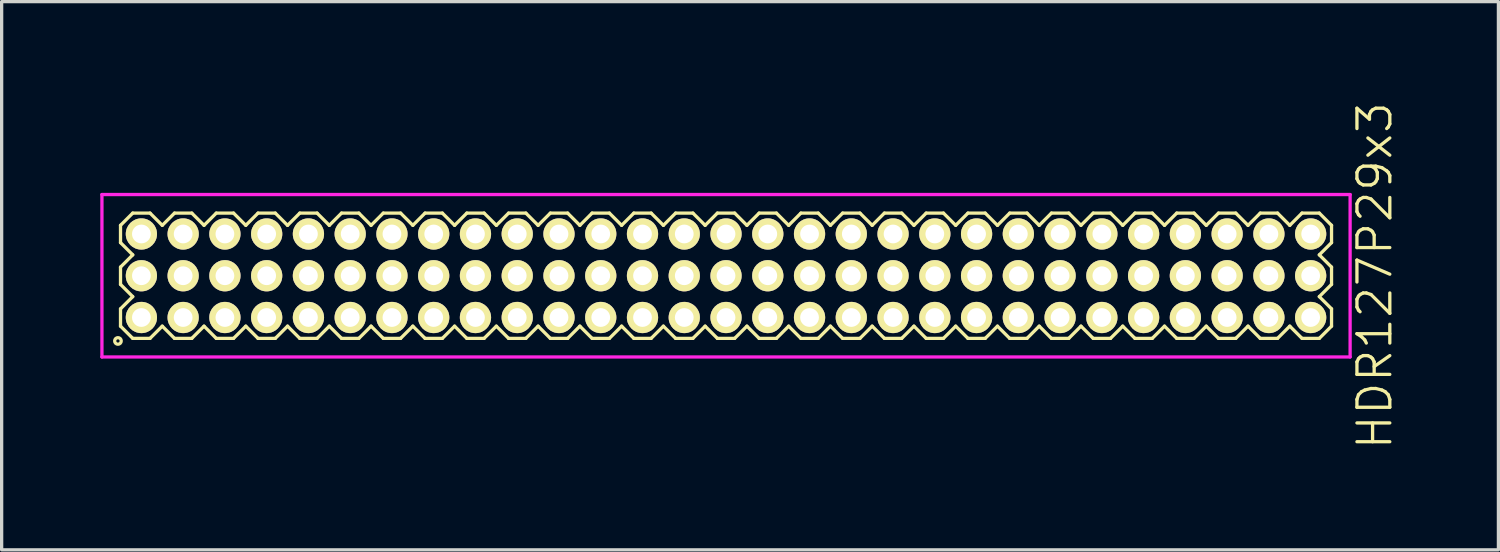
<source format=kicad_pcb>
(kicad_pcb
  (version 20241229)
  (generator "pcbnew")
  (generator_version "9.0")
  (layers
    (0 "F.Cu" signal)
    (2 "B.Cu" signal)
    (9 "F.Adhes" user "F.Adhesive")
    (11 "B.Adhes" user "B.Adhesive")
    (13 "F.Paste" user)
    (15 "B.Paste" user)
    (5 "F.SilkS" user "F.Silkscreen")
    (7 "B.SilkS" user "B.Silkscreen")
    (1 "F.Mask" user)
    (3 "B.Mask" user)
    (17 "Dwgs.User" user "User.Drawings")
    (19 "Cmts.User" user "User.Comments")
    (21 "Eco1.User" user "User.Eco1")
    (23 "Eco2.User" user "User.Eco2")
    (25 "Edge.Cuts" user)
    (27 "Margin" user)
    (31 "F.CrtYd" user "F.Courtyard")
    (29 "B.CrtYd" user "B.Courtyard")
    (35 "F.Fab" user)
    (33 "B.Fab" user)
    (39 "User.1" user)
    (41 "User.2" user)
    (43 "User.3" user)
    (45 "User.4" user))
  (footprint "HDR127P29x3"
    (layer "F.Cu")
    (at 19.03 5.336)
    (property "Reference" "HDR127P29x3" (at 19.73 0 90) (layer "F.SilkS") (effects (font (size 1 1) (thickness 0.1))))
    (attr through_hole)
    (fp_line (start -18.415 -1.533) (end -18.043 -1.905) (stroke (width 0.1) (type solid)) (layer "F.SilkS"))
    (fp_line (start -18.415 -1.007) (end -18.415 -1.533) (stroke (width 0.1) (type solid)) (layer "F.SilkS"))
    (fp_line (start -18.415 -0.263) (end -18.043 -0.635) (stroke (width 0.1) (type solid)) (layer "F.SilkS"))
    (fp_line (start -18.415 0.263) (end -18.415 -0.263) (stroke (width 0.1) (type solid)) (layer "F.SilkS"))
    (fp_line (start -18.415 1.007) (end -18.043 0.635) (stroke (width 0.1) (type solid)) (layer "F.SilkS"))
    (fp_line (start -18.415 1.533) (end -18.415 1.007) (stroke (width 0.1) (type solid)) (layer "F.SilkS"))
    (fp_line (start -18.043 -1.905) (end -17.517 -1.905) (stroke (width 0.1) (type solid)) (layer "F.SilkS"))
    (fp_line (start -18.043 -0.635) (end -18.415 -1.007) (stroke (width 0.1) (type solid)) (layer "F.SilkS"))
    (fp_line (start -18.043 0.635) (end -18.415 0.263) (stroke (width 0.1) (type solid)) (layer "F.SilkS"))
    (fp_line (start -18.043 1.905) (end -18.415 1.533) (stroke (width 0.1) (type solid)) (layer "F.SilkS"))
    (fp_line (start -17.517 -1.905) (end -17.145 -1.533) (stroke (width 0.1) (type solid)) (layer "F.SilkS"))
    (fp_line (start -17.517 1.905) (end -18.043 1.905) (stroke (width 0.1) (type solid)) (layer "F.SilkS"))
    (fp_line (start -17.145 -1.533) (end -16.773 -1.905) (stroke (width 0.1) (type solid)) (layer "F.SilkS"))
    (fp_line (start -17.145 1.533) (end -17.517 1.905) (stroke (width 0.1) (type solid)) (layer "F.SilkS"))
    (fp_line (start -16.773 -1.905) (end -16.247 -1.905) (stroke (width 0.1) (type solid)) (layer "F.SilkS"))
    (fp_line (start -16.773 1.905) (end -17.145 1.533) (stroke (width 0.1) (type solid)) (layer "F.SilkS"))
    (fp_line (start -16.247 -1.905) (end -15.875 -1.533) (stroke (width 0.1) (type solid)) (layer "F.SilkS"))
    (fp_line (start -16.247 1.905) (end -16.773 1.905) (stroke (width 0.1) (type solid)) (layer "F.SilkS"))
    (fp_line (start -15.875 -1.533) (end -15.503 -1.905) (stroke (width 0.1) (type solid)) (layer "F.SilkS"))
    (fp_line (start -15.875 1.533) (end -16.247 1.905) (stroke (width 0.1) (type solid)) (layer "F.SilkS"))
    (fp_line (start -15.503 -1.905) (end -14.977 -1.905) (stroke (width 0.1) (type solid)) (layer "F.SilkS"))
    (fp_line (start -15.503 1.905) (end -15.875 1.533) (stroke (width 0.1) (type solid)) (layer "F.SilkS"))
    (fp_line (start -14.977 -1.905) (end -14.605 -1.533) (stroke (width 0.1) (type solid)) (layer "F.SilkS"))
    (fp_line (start -14.977 1.905) (end -15.503 1.905) (stroke (width 0.1) (type solid)) (layer "F.SilkS"))
    (fp_line (start -14.605 -1.533) (end -14.233 -1.905) (stroke (width 0.1) (type solid)) (layer "F.SilkS"))
    (fp_line (start -14.605 1.533) (end -14.977 1.905) (stroke (width 0.1) (type solid)) (layer "F.SilkS"))
    (fp_line (start -14.233 -1.905) (end -13.707 -1.905) (stroke (width 0.1) (type solid)) (layer "F.SilkS"))
    (fp_line (start -14.233 1.905) (end -14.605 1.533) (stroke (width 0.1) (type solid)) (layer "F.SilkS"))
    (fp_line (start -13.707 -1.905) (end -13.335 -1.533) (stroke (width 0.1) (type solid)) (layer "F.SilkS"))
    (fp_line (start -13.707 1.905) (end -14.233 1.905) (stroke (width 0.1) (type solid)) (layer "F.SilkS"))
    (fp_line (start -13.335 -1.533) (end -12.963 -1.905) (stroke (width 0.1) (type solid)) (layer "F.SilkS"))
    (fp_line (start -13.335 1.533) (end -13.707 1.905) (stroke (width 0.1) (type solid)) (layer "F.SilkS"))
    (fp_line (start -12.963 -1.905) (end -12.437 -1.905) (stroke (width 0.1) (type solid)) (layer "F.SilkS"))
    (fp_line (start -12.963 1.905) (end -13.335 1.533) (stroke (width 0.1) (type solid)) (layer "F.SilkS"))
    (fp_line (start -12.437 -1.905) (end -12.065 -1.533) (stroke (width 0.1) (type solid)) (layer "F.SilkS"))
    (fp_line (start -12.437 1.905) (end -12.963 1.905) (stroke (width 0.1) (type solid)) (layer "F.SilkS"))
    (fp_line (start -12.065 -1.533) (end -11.693 -1.905) (stroke (width 0.1) (type solid)) (layer "F.SilkS"))
    (fp_line (start -12.065 1.533) (end -12.437 1.905) (stroke (width 0.1) (type solid)) (layer "F.SilkS"))
    (fp_line (start -11.693 -1.905) (end -11.167 -1.905) (stroke (width 0.1) (type solid)) (layer "F.SilkS"))
    (fp_line (start -11.693 1.905) (end -12.065 1.533) (stroke (width 0.1) (type solid)) (layer "F.SilkS"))
    (fp_line (start -11.167 -1.905) (end -10.795 -1.533) (stroke (width 0.1) (type solid)) (layer "F.SilkS"))
    (fp_line (start -11.167 1.905) (end -11.693 1.905) (stroke (width 0.1) (type solid)) (layer "F.SilkS"))
    (fp_line (start -10.795 -1.533) (end -10.423 -1.905) (stroke (width 0.1) (type solid)) (layer "F.SilkS"))
    (fp_line (start -10.795 1.533) (end -11.167 1.905) (stroke (width 0.1) (type solid)) (layer "F.SilkS"))
    (fp_line (start -10.423 -1.905) (end -9.897 -1.905) (stroke (width 0.1) (type solid)) (layer "F.SilkS"))
    (fp_line (start -10.423 1.905) (end -10.795 1.533) (stroke (width 0.1) (type solid)) (layer "F.SilkS"))
    (fp_line (start -9.897 -1.905) (end -9.525 -1.533) (stroke (width 0.1) (type solid)) (layer "F.SilkS"))
    (fp_line (start -9.897 1.905) (end -10.423 1.905) (stroke (width 0.1) (type solid)) (layer "F.SilkS"))
    (fp_line (start -9.525 -1.533) (end -9.153 -1.905) (stroke (width 0.1) (type solid)) (layer "F.SilkS"))
    (fp_line (start -9.525 1.533) (end -9.897 1.905) (stroke (width 0.1) (type solid)) (layer "F.SilkS"))
    (fp_line (start -9.153 -1.905) (end -8.627 -1.905) (stroke (width 0.1) (type solid)) (layer "F.SilkS"))
    (fp_line (start -9.153 1.905) (end -9.525 1.533) (stroke (width 0.1) (type solid)) (layer "F.SilkS"))
    (fp_line (start -8.627 -1.905) (end -8.255 -1.533) (stroke (width 0.1) (type solid)) (layer "F.SilkS"))
    (fp_line (start -8.627 1.905) (end -9.153 1.905) (stroke (width 0.1) (type solid)) (layer "F.SilkS"))
    (fp_line (start -8.255 -1.533) (end -7.883 -1.905) (stroke (width 0.1) (type solid)) (layer "F.SilkS"))
    (fp_line (start -8.255 1.533) (end -8.627 1.905) (stroke (width 0.1) (type solid)) (layer "F.SilkS"))
    (fp_line (start -7.883 -1.905) (end -7.357 -1.905) (stroke (width 0.1) (type solid)) (layer "F.SilkS"))
    (fp_line (start -7.883 1.905) (end -8.255 1.533) (stroke (width 0.1) (type solid)) (layer "F.SilkS"))
    (fp_line (start -7.357 -1.905) (end -6.985 -1.533) (stroke (width 0.1) (type solid)) (layer "F.SilkS"))
    (fp_line (start -7.357 1.905) (end -7.883 1.905) (stroke (width 0.1) (type solid)) (layer "F.SilkS"))
    (fp_line (start -6.985 -1.533) (end -6.613 -1.905) (stroke (width 0.1) (type solid)) (layer "F.SilkS"))
    (fp_line (start -6.985 1.533) (end -7.357 1.905) (stroke (width 0.1) (type solid)) (layer "F.SilkS"))
    (fp_line (start -6.613 -1.905) (end -6.087 -1.905) (stroke (width 0.1) (type solid)) (layer "F.SilkS"))
    (fp_line (start -6.613 1.905) (end -6.985 1.533) (stroke (width 0.1) (type solid)) (layer "F.SilkS"))
    (fp_line (start -6.087 -1.905) (end -5.715 -1.533) (stroke (width 0.1) (type solid)) (layer "F.SilkS"))
    (fp_line (start -6.087 1.905) (end -6.613 1.905) (stroke (width 0.1) (type solid)) (layer "F.SilkS"))
    (fp_line (start -5.715 -1.533) (end -5.343 -1.905) (stroke (width 0.1) (type solid)) (layer "F.SilkS"))
    (fp_line (start -5.715 1.533) (end -6.087 1.905) (stroke (width 0.1) (type solid)) (layer "F.SilkS"))
    (fp_line (start -5.343 -1.905) (end -4.817 -1.905) (stroke (width 0.1) (type solid)) (layer "F.SilkS"))
    (fp_line (start -5.343 1.905) (end -5.715 1.533) (stroke (width 0.1) (type solid)) (layer "F.SilkS"))
    (fp_line (start -4.817 -1.905) (end -4.445 -1.533) (stroke (width 0.1) (type solid)) (layer "F.SilkS"))
    (fp_line (start -4.817 1.905) (end -5.343 1.905) (stroke (width 0.1) (type solid)) (layer "F.SilkS"))
    (fp_line (start -4.445 -1.533) (end -4.073 -1.905) (stroke (width 0.1) (type solid)) (layer "F.SilkS"))
    (fp_line (start -4.445 1.533) (end -4.817 1.905) (stroke (width 0.1) (type solid)) (layer "F.SilkS"))
    (fp_line (start -4.073 -1.905) (end -3.547 -1.905) (stroke (width 0.1) (type solid)) (layer "F.SilkS"))
    (fp_line (start -4.073 1.905) (end -4.445 1.533) (stroke (width 0.1) (type solid)) (layer "F.SilkS"))
    (fp_line (start -3.547 -1.905) (end -3.175 -1.533) (stroke (width 0.1) (type solid)) (layer "F.SilkS"))
    (fp_line (start -3.547 1.905) (end -4.073 1.905) (stroke (width 0.1) (type solid)) (layer "F.SilkS"))
    (fp_line (start -3.175 -1.533) (end -2.803 -1.905) (stroke (width 0.1) (type solid)) (layer "F.SilkS"))
    (fp_line (start -3.175 1.533) (end -3.547 1.905) (stroke (width 0.1) (type solid)) (layer "F.SilkS"))
    (fp_line (start -2.803 -1.905) (end -2.277 -1.905) (stroke (width 0.1) (type solid)) (layer "F.SilkS"))
    (fp_line (start -2.803 1.905) (end -3.175 1.533) (stroke (width 0.1) (type solid)) (layer "F.SilkS"))
    (fp_line (start -2.277 -1.905) (end -1.905 -1.533) (stroke (width 0.1) (type solid)) (layer "F.SilkS"))
    (fp_line (start -2.277 1.905) (end -2.803 1.905) (stroke (width 0.1) (type solid)) (layer "F.SilkS"))
    (fp_line (start -1.905 -1.533) (end -1.533 -1.905) (stroke (width 0.1) (type solid)) (layer "F.SilkS"))
    (fp_line (start -1.905 1.533) (end -2.277 1.905) (stroke (width 0.1) (type solid)) (layer "F.SilkS"))
    (fp_line (start -1.533 -1.905) (end -1.007 -1.905) (stroke (width 0.1) (type solid)) (layer "F.SilkS"))
    (fp_line (start -1.533 1.905) (end -1.905 1.533) (stroke (width 0.1) (type solid)) (layer "F.SilkS"))
    (fp_line (start -1.007 -1.905) (end -0.635 -1.533) (stroke (width 0.1) (type solid)) (layer "F.SilkS"))
    (fp_line (start -1.007 1.905) (end -1.533 1.905) (stroke (width 0.1) (type solid)) (layer "F.SilkS"))
    (fp_line (start -0.635 -1.533) (end -0.263 -1.905) (stroke (width 0.1) (type solid)) (layer "F.SilkS"))
    (fp_line (start -0.635 1.533) (end -1.007 1.905) (stroke (width 0.1) (type solid)) (layer "F.SilkS"))
    (fp_line (start -0.263 -1.905) (end 0.263 -1.905) (stroke (width 0.1) (type solid)) (layer "F.SilkS"))
    (fp_line (start -0.263 1.905) (end -0.635 1.533) (stroke (width 0.1) (type solid)) (layer "F.SilkS"))
    (fp_line (start 0.263 -1.905) (end 0.635 -1.533) (stroke (width 0.1) (type solid)) (layer "F.SilkS"))
    (fp_line (start 0.263 1.905) (end -0.263 1.905) (stroke (width 0.1) (type solid)) (layer "F.SilkS"))
    (fp_line (start 0.635 -1.533) (end 1.007 -1.905) (stroke (width 0.1) (type solid)) (layer "F.SilkS"))
    (fp_line (start 0.635 1.533) (end 0.263 1.905) (stroke (width 0.1) (type solid)) (layer "F.SilkS"))
    (fp_line (start 1.007 -1.905) (end 1.533 -1.905) (stroke (width 0.1) (type solid)) (layer "F.SilkS"))
    (fp_line (start 1.007 1.905) (end 0.635 1.533) (stroke (width 0.1) (type solid)) (layer "F.SilkS"))
    (fp_line (start 1.533 -1.905) (end 1.905 -1.533) (stroke (width 0.1) (type solid)) (layer "F.SilkS"))
    (fp_line (start 1.533 1.905) (end 1.007 1.905) (stroke (width 0.1) (type solid)) (layer "F.SilkS"))
    (fp_line (start 1.905 -1.533) (end 2.277 -1.905) (stroke (width 0.1) (type solid)) (layer "F.SilkS"))
    (fp_line (start 1.905 1.533) (end 1.533 1.905) (stroke (width 0.1) (type solid)) (layer "F.SilkS"))
    (fp_line (start 2.277 -1.905) (end 2.803 -1.905) (stroke (width 0.1) (type solid)) (layer "F.SilkS"))
    (fp_line (start 2.277 1.905) (end 1.905 1.533) (stroke (width 0.1) (type solid)) (layer "F.SilkS"))
    (fp_line (start 2.803 -1.905) (end 3.175 -1.533) (stroke (width 0.1) (type solid)) (layer "F.SilkS"))
    (fp_line (start 2.803 1.905) (end 2.277 1.905) (stroke (width 0.1) (type solid)) (layer "F.SilkS"))
    (fp_line (start 3.175 -1.533) (end 3.547 -1.905) (stroke (width 0.1) (type solid)) (layer "F.SilkS"))
    (fp_line (start 3.175 1.533) (end 2.803 1.905) (stroke (width 0.1) (type solid)) (layer "F.SilkS"))
    (fp_line (start 3.547 -1.905) (end 4.073 -1.905) (stroke (width 0.1) (type solid)) (layer "F.SilkS"))
    (fp_line (start 3.547 1.905) (end 3.175 1.533) (stroke (width 0.1) (type solid)) (layer "F.SilkS"))
    (fp_line (start 4.073 -1.905) (end 4.445 -1.533) (stroke (width 0.1) (type solid)) (layer "F.SilkS"))
    (fp_line (start 4.073 1.905) (end 3.547 1.905) (stroke (width 0.1) (type solid)) (layer "F.SilkS"))
    (fp_line (start 4.445 -1.533) (end 4.817 -1.905) (stroke (width 0.1) (type solid)) (layer "F.SilkS"))
    (fp_line (start 4.445 1.533) (end 4.073 1.905) (stroke (width 0.1) (type solid)) (layer "F.SilkS"))
    (fp_line (start 4.817 -1.905) (end 5.343 -1.905) (stroke (width 0.1) (type solid)) (layer "F.SilkS"))
    (fp_line (start 4.817 1.905) (end 4.445 1.533) (stroke (width 0.1) (type solid)) (layer "F.SilkS"))
    (fp_line (start 5.343 -1.905) (end 5.715 -1.533) (stroke (width 0.1) (type solid)) (layer "F.SilkS"))
    (fp_line (start 5.343 1.905) (end 4.817 1.905) (stroke (width 0.1) (type solid)) (layer "F.SilkS"))
    (fp_line (start 5.715 -1.533) (end 6.087 -1.905) (stroke (width 0.1) (type solid)) (layer "F.SilkS"))
    (fp_line (start 5.715 1.533) (end 5.343 1.905) (stroke (width 0.1) (type solid)) (layer "F.SilkS"))
    (fp_line (start 6.087 -1.905) (end 6.613 -1.905) (stroke (width 0.1) (type solid)) (layer "F.SilkS"))
    (fp_line (start 6.087 1.905) (end 5.715 1.533) (stroke (width 0.1) (type solid)) (layer "F.SilkS"))
    (fp_line (start 6.613 -1.905) (end 6.985 -1.533) (stroke (width 0.1) (type solid)) (layer "F.SilkS"))
    (fp_line (start 6.613 1.905) (end 6.087 1.905) (stroke (width 0.1) (type solid)) (layer "F.SilkS"))
    (fp_line (start 6.985 -1.533) (end 7.357 -1.905) (stroke (width 0.1) (type solid)) (layer "F.SilkS"))
    (fp_line (start 6.985 1.533) (end 6.613 1.905) (stroke (width 0.1) (type solid)) (layer "F.SilkS"))
    (fp_line (start 7.357 -1.905) (end 7.883 -1.905) (stroke (width 0.1) (type solid)) (layer "F.SilkS"))
    (fp_line (start 7.357 1.905) (end 6.985 1.533) (stroke (width 0.1) (type solid)) (layer "F.SilkS"))
    (fp_line (start 7.883 -1.905) (end 8.255 -1.533) (stroke (width 0.1) (type solid)) (layer "F.SilkS"))
    (fp_line (start 7.883 1.905) (end 7.357 1.905) (stroke (width 0.1) (type solid)) (layer "F.SilkS"))
    (fp_line (start 8.255 -1.533) (end 8.627 -1.905) (stroke (width 0.1) (type solid)) (layer "F.SilkS"))
    (fp_line (start 8.255 1.533) (end 7.883 1.905) (stroke (width 0.1) (type solid)) (layer "F.SilkS"))
    (fp_line (start 8.627 -1.905) (end 9.153 -1.905) (stroke (width 0.1) (type solid)) (layer "F.SilkS"))
    (fp_line (start 8.627 1.905) (end 8.255 1.533) (stroke (width 0.1) (type solid)) (layer "F.SilkS"))
    (fp_line (start 9.153 -1.905) (end 9.525 -1.533) (stroke (width 0.1) (type solid)) (layer "F.SilkS"))
    (fp_line (start 9.153 1.905) (end 8.627 1.905) (stroke (width 0.1) (type solid)) (layer "F.SilkS"))
    (fp_line (start 9.525 -1.533) (end 9.897 -1.905) (stroke (width 0.1) (type solid)) (layer "F.SilkS"))
    (fp_line (start 9.525 1.533) (end 9.153 1.905) (stroke (width 0.1) (type solid)) (layer "F.SilkS"))
    (fp_line (start 9.897 -1.905) (end 10.423 -1.905) (stroke (width 0.1) (type solid)) (layer "F.SilkS"))
    (fp_line (start 9.897 1.905) (end 9.525 1.533) (stroke (width 0.1) (type solid)) (layer "F.SilkS"))
    (fp_line (start 10.423 -1.905) (end 10.795 -1.533) (stroke (width 0.1) (type solid)) (layer "F.SilkS"))
    (fp_line (start 10.423 1.905) (end 9.897 1.905) (stroke (width 0.1) (type solid)) (layer "F.SilkS"))
    (fp_line (start 10.795 -1.533) (end 11.167 -1.905) (stroke (width 0.1) (type solid)) (layer "F.SilkS"))
    (fp_line (start 10.795 1.533) (end 10.423 1.905) (stroke (width 0.1) (type solid)) (layer "F.SilkS"))
    (fp_line (start 11.167 -1.905) (end 11.693 -1.905) (stroke (width 0.1) (type solid)) (layer "F.SilkS"))
    (fp_line (start 11.167 1.905) (end 10.795 1.533) (stroke (width 0.1) (type solid)) (layer "F.SilkS"))
    (fp_line (start 11.693 -1.905) (end 12.065 -1.533) (stroke (width 0.1) (type solid)) (layer "F.SilkS"))
    (fp_line (start 11.693 1.905) (end 11.167 1.905) (stroke (width 0.1) (type solid)) (layer "F.SilkS"))
    (fp_line (start 12.065 -1.533) (end 12.437 -1.905) (stroke (width 0.1) (type solid)) (layer "F.SilkS"))
    (fp_line (start 12.065 1.533) (end 11.693 1.905) (stroke (width 0.1) (type solid)) (layer "F.SilkS"))
    (fp_line (start 12.437 -1.905) (end 12.963 -1.905) (stroke (width 0.1) (type solid)) (layer "F.SilkS"))
    (fp_line (start 12.437 1.905) (end 12.065 1.533) (stroke (width 0.1) (type solid)) (layer "F.SilkS"))
    (fp_line (start 12.963 -1.905) (end 13.335 -1.533) (stroke (width 0.1) (type solid)) (layer "F.SilkS"))
    (fp_line (start 12.963 1.905) (end 12.437 1.905) (stroke (width 0.1) (type solid)) (layer "F.SilkS"))
    (fp_line (start 13.335 -1.533) (end 13.707 -1.905) (stroke (width 0.1) (type solid)) (layer "F.SilkS"))
    (fp_line (start 13.335 1.533) (end 12.963 1.905) (stroke (width 0.1) (type solid)) (layer "F.SilkS"))
    (fp_line (start 13.707 -1.905) (end 14.233 -1.905) (stroke (width 0.1) (type solid)) (layer "F.SilkS"))
    (fp_line (start 13.707 1.905) (end 13.335 1.533) (stroke (width 0.1) (type solid)) (layer "F.SilkS"))
    (fp_line (start 14.233 -1.905) (end 14.605 -1.533) (stroke (width 0.1) (type solid)) (layer "F.SilkS"))
    (fp_line (start 14.233 1.905) (end 13.707 1.905) (stroke (width 0.1) (type solid)) (layer "F.SilkS"))
    (fp_line (start 14.605 -1.533) (end 14.977 -1.905) (stroke (width 0.1) (type solid)) (layer "F.SilkS"))
    (fp_line (start 14.605 1.533) (end 14.233 1.905) (stroke (width 0.1) (type solid)) (layer "F.SilkS"))
    (fp_line (start 14.977 -1.905) (end 15.503 -1.905) (stroke (width 0.1) (type solid)) (layer "F.SilkS"))
    (fp_line (start 14.977 1.905) (end 14.605 1.533) (stroke (width 0.1) (type solid)) (layer "F.SilkS"))
    (fp_line (start 15.503 -1.905) (end 15.875 -1.533) (stroke (width 0.1) (type solid)) (layer "F.SilkS"))
    (fp_line (start 15.503 1.905) (end 14.977 1.905) (stroke (width 0.1) (type solid)) (layer "F.SilkS"))
    (fp_line (start 15.875 -1.533) (end 16.247 -1.905) (stroke (width 0.1) (type solid)) (layer "F.SilkS"))
    (fp_line (start 15.875 1.533) (end 15.503 1.905) (stroke (width 0.1) (type solid)) (layer "F.SilkS"))
    (fp_line (start 16.247 -1.905) (end 16.773 -1.905) (stroke (width 0.1) (type solid)) (layer "F.SilkS"))
    (fp_line (start 16.247 1.905) (end 15.875 1.533) (stroke (width 0.1) (type solid)) (layer "F.SilkS"))
    (fp_line (start 16.773 -1.905) (end 17.145 -1.533) (stroke (width 0.1) (type solid)) (layer "F.SilkS"))
    (fp_line (start 16.773 1.905) (end 16.247 1.905) (stroke (width 0.1) (type solid)) (layer "F.SilkS"))
    (fp_line (start 17.145 -1.533) (end 17.517 -1.905) (stroke (width 0.1) (type solid)) (layer "F.SilkS"))
    (fp_line (start 17.145 1.533) (end 16.773 1.905) (stroke (width 0.1) (type solid)) (layer "F.SilkS"))
    (fp_line (start 17.517 -1.905) (end 18.043 -1.905) (stroke (width 0.1) (type solid)) (layer "F.SilkS"))
    (fp_line (start 17.517 1.905) (end 17.145 1.533) (stroke (width 0.1) (type solid)) (layer "F.SilkS"))
    (fp_line (start 18.043 -1.905) (end 18.415 -1.533) (stroke (width 0.1) (type solid)) (layer "F.SilkS"))
    (fp_line (start 18.043 -0.635) (end 18.415 -0.263) (stroke (width 0.1) (type solid)) (layer "F.SilkS"))
    (fp_line (start 18.043 0.635) (end 18.415 1.007) (stroke (width 0.1) (type solid)) (layer "F.SilkS"))
    (fp_line (start 18.043 1.905) (end 17.517 1.905) (stroke (width 0.1) (type solid)) (layer "F.SilkS"))
    (fp_line (start 18.415 -1.533) (end 18.415 -1.007) (stroke (width 0.1) (type solid)) (layer "F.SilkS"))
    (fp_line (start 18.415 -1.007) (end 18.043 -0.635) (stroke (width 0.1) (type solid)) (layer "F.SilkS"))
    (fp_line (start 18.415 -0.263) (end 18.415 0.263) (stroke (width 0.1) (type solid)) (layer "F.SilkS"))
    (fp_line (start 18.415 0.263) (end 18.043 0.635) (stroke (width 0.1) (type solid)) (layer "F.SilkS"))
    (fp_line (start 18.415 1.007) (end 18.415 1.533) (stroke (width 0.1) (type solid)) (layer "F.SilkS"))
    (fp_line (start 18.415 1.533) (end 18.043 1.905) (stroke (width 0.1) (type solid)) (layer "F.SilkS"))
    (fp_circle (center -18.493 1.983) (end -18.393 1.983) (stroke (width 0.1) (type solid)) (fill no) (layer "F.SilkS"))
    (fp_line (start -18.98 -2.47) (end -18.98 2.47) (stroke (width 0.1) (type solid)) (layer "F.CrtYd"))
    (fp_line (start -18.98 2.47) (end 18.98 2.47) (stroke (width 0.1) (type solid)) (layer "F.CrtYd"))
    (fp_line (start 18.98 -2.47) (end -18.98 -2.47) (stroke (width 0.1) (type solid)) (layer "F.CrtYd"))
    (fp_line (start 18.98 2.47) (end 18.98 -2.47) (stroke (width 0.1) (type solid)) (layer "F.CrtYd"))
    (pad "1" thru_hole oval (at -17.78 1.27) (size 0.95 0.95) (drill 0.57) (layers "*.Cu" "*.Mask" "F.SilkS"))
    (pad "2" thru_hole oval (at -17.78 0) (size 0.95 0.95) (drill 0.57) (layers "*.Cu" "*.Mask" "F.SilkS"))
    (pad "3" thru_hole oval (at -17.78 -1.27) (size 0.95 0.95) (drill 0.57) (layers "*.Cu" "*.Mask" "F.SilkS"))
    (pad "4" thru_hole oval (at -16.51 1.27) (size 0.95 0.95) (drill 0.57) (layers "*.Cu" "*.Mask" "F.SilkS"))
    (pad "5" thru_hole oval (at -16.51 0) (size 0.95 0.95) (drill 0.57) (layers "*.Cu" "*.Mask" "F.SilkS"))
    (pad "6" thru_hole oval (at -16.51 -1.27) (size 0.95 0.95) (drill 0.57) (layers "*.Cu" "*.Mask" "F.SilkS"))
    (pad "7" thru_hole oval (at -15.24 1.27) (size 0.95 0.95) (drill 0.57) (layers "*.Cu" "*.Mask" "F.SilkS"))
    (pad "8" thru_hole oval (at -15.24 0) (size 0.95 0.95) (drill 0.57) (layers "*.Cu" "*.Mask" "F.SilkS"))
    (pad "9" thru_hole oval (at -15.24 -1.27) (size 0.95 0.95) (drill 0.57) (layers "*.Cu" "*.Mask" "F.SilkS"))
    (pad "10" thru_hole oval (at -13.97 1.27) (size 0.95 0.95) (drill 0.57) (layers "*.Cu" "*.Mask" "F.SilkS"))
    (pad "11" thru_hole oval (at -13.97 0) (size 0.95 0.95) (drill 0.57) (layers "*.Cu" "*.Mask" "F.SilkS"))
    (pad "12" thru_hole oval (at -13.97 -1.27) (size 0.95 0.95) (drill 0.57) (layers "*.Cu" "*.Mask" "F.SilkS"))
    (pad "13" thru_hole oval (at -12.7 1.27) (size 0.95 0.95) (drill 0.57) (layers "*.Cu" "*.Mask" "F.SilkS"))
    (pad "14" thru_hole oval (at -12.7 0) (size 0.95 0.95) (drill 0.57) (layers "*.Cu" "*.Mask" "F.SilkS"))
    (pad "15" thru_hole oval (at -12.7 -1.27) (size 0.95 0.95) (drill 0.57) (layers "*.Cu" "*.Mask" "F.SilkS"))
    (pad "16" thru_hole oval (at -11.43 1.27) (size 0.95 0.95) (drill 0.57) (layers "*.Cu" "*.Mask" "F.SilkS"))
    (pad "17" thru_hole oval (at -11.43 0) (size 0.95 0.95) (drill 0.57) (layers "*.Cu" "*.Mask" "F.SilkS"))
    (pad "18" thru_hole oval (at -11.43 -1.27) (size 0.95 0.95) (drill 0.57) (layers "*.Cu" "*.Mask" "F.SilkS"))
    (pad "19" thru_hole oval (at -10.16 1.27) (size 0.95 0.95) (drill 0.57) (layers "*.Cu" "*.Mask" "F.SilkS"))
    (pad "20" thru_hole oval (at -10.16 0) (size 0.95 0.95) (drill 0.57) (layers "*.Cu" "*.Mask" "F.SilkS"))
    (pad "21" thru_hole oval (at -10.16 -1.27) (size 0.95 0.95) (drill 0.57) (layers "*.Cu" "*.Mask" "F.SilkS"))
    (pad "22" thru_hole oval (at -8.89 1.27) (size 0.95 0.95) (drill 0.57) (layers "*.Cu" "*.Mask" "F.SilkS"))
    (pad "23" thru_hole oval (at -8.89 0) (size 0.95 0.95) (drill 0.57) (layers "*.Cu" "*.Mask" "F.SilkS"))
    (pad "24" thru_hole oval (at -8.89 -1.27) (size 0.95 0.95) (drill 0.57) (layers "*.Cu" "*.Mask" "F.SilkS"))
    (pad "25" thru_hole oval (at -7.62 1.27) (size 0.95 0.95) (drill 0.57) (layers "*.Cu" "*.Mask" "F.SilkS"))
    (pad "26" thru_hole oval (at -7.62 0) (size 0.95 0.95) (drill 0.57) (layers "*.Cu" "*.Mask" "F.SilkS"))
    (pad "27" thru_hole oval (at -7.62 -1.27) (size 0.95 0.95) (drill 0.57) (layers "*.Cu" "*.Mask" "F.SilkS"))
    (pad "28" thru_hole oval (at -6.35 1.27) (size 0.95 0.95) (drill 0.57) (layers "*.Cu" "*.Mask" "F.SilkS"))
    (pad "29" thru_hole oval (at -6.35 0) (size 0.95 0.95) (drill 0.57) (layers "*.Cu" "*.Mask" "F.SilkS"))
    (pad "30" thru_hole oval (at -6.35 -1.27) (size 0.95 0.95) (drill 0.57) (layers "*.Cu" "*.Mask" "F.SilkS"))
    (pad "31" thru_hole oval (at -5.08 1.27) (size 0.95 0.95) (drill 0.57) (layers "*.Cu" "*.Mask" "F.SilkS"))
    (pad "32" thru_hole oval (at -5.08 0) (size 0.95 0.95) (drill 0.57) (layers "*.Cu" "*.Mask" "F.SilkS"))
    (pad "33" thru_hole oval (at -5.08 -1.27) (size 0.95 0.95) (drill 0.57) (layers "*.Cu" "*.Mask" "F.SilkS"))
    (pad "34" thru_hole oval (at -3.81 1.27) (size 0.95 0.95) (drill 0.57) (layers "*.Cu" "*.Mask" "F.SilkS"))
    (pad "35" thru_hole oval (at -3.81 0) (size 0.95 0.95) (drill 0.57) (layers "*.Cu" "*.Mask" "F.SilkS"))
    (pad "36" thru_hole oval (at -3.81 -1.27) (size 0.95 0.95) (drill 0.57) (layers "*.Cu" "*.Mask" "F.SilkS"))
    (pad "37" thru_hole oval (at -2.54 1.27) (size 0.95 0.95) (drill 0.57) (layers "*.Cu" "*.Mask" "F.SilkS"))
    (pad "38" thru_hole oval (at -2.54 0) (size 0.95 0.95) (drill 0.57) (layers "*.Cu" "*.Mask" "F.SilkS"))
    (pad "39" thru_hole oval (at -2.54 -1.27) (size 0.95 0.95) (drill 0.57) (layers "*.Cu" "*.Mask" "F.SilkS"))
    (pad "40" thru_hole oval (at -1.27 1.27) (size 0.95 0.95) (drill 0.57) (layers "*.Cu" "*.Mask" "F.SilkS"))
    (pad "41" thru_hole oval (at -1.27 0) (size 0.95 0.95) (drill 0.57) (layers "*.Cu" "*.Mask" "F.SilkS"))
    (pad "42" thru_hole oval (at -1.27 -1.27) (size 0.95 0.95) (drill 0.57) (layers "*.Cu" "*.Mask" "F.SilkS"))
    (pad "43" thru_hole oval (at 0 1.27) (size 0.95 0.95) (drill 0.57) (layers "*.Cu" "*.Mask" "F.SilkS"))
    (pad "44" thru_hole oval (at 0 0) (size 0.95 0.95) (drill 0.57) (layers "*.Cu" "*.Mask" "F.SilkS"))
    (pad "45" thru_hole oval (at 0 -1.27) (size 0.95 0.95) (drill 0.57) (layers "*.Cu" "*.Mask" "F.SilkS"))
    (pad "46" thru_hole oval (at 1.27 1.27) (size 0.95 0.95) (drill 0.57) (layers "*.Cu" "*.Mask" "F.SilkS"))
    (pad "47" thru_hole oval (at 1.27 0) (size 0.95 0.95) (drill 0.57) (layers "*.Cu" "*.Mask" "F.SilkS"))
    (pad "48" thru_hole oval (at 1.27 -1.27) (size 0.95 0.95) (drill 0.57) (layers "*.Cu" "*.Mask" "F.SilkS"))
    (pad "49" thru_hole oval (at 2.54 1.27) (size 0.95 0.95) (drill 0.57) (layers "*.Cu" "*.Mask" "F.SilkS"))
    (pad "50" thru_hole oval (at 2.54 0) (size 0.95 0.95) (drill 0.57) (layers "*.Cu" "*.Mask" "F.SilkS"))
    (pad "51" thru_hole oval (at 2.54 -1.27) (size 0.95 0.95) (drill 0.57) (layers "*.Cu" "*.Mask" "F.SilkS"))
    (pad "52" thru_hole oval (at 3.81 1.27) (size 0.95 0.95) (drill 0.57) (layers "*.Cu" "*.Mask" "F.SilkS"))
    (pad "53" thru_hole oval (at 3.81 0) (size 0.95 0.95) (drill 0.57) (layers "*.Cu" "*.Mask" "F.SilkS"))
    (pad "54" thru_hole oval (at 3.81 -1.27) (size 0.95 0.95) (drill 0.57) (layers "*.Cu" "*.Mask" "F.SilkS"))
    (pad "55" thru_hole oval (at 5.08 1.27) (size 0.95 0.95) (drill 0.57) (layers "*.Cu" "*.Mask" "F.SilkS"))
    (pad "56" thru_hole oval (at 5.08 0) (size 0.95 0.95) (drill 0.57) (layers "*.Cu" "*.Mask" "F.SilkS"))
    (pad "57" thru_hole oval (at 5.08 -1.27) (size 0.95 0.95) (drill 0.57) (layers "*.Cu" "*.Mask" "F.SilkS"))
    (pad "58" thru_hole oval (at 6.35 1.27) (size 0.95 0.95) (drill 0.57) (layers "*.Cu" "*.Mask" "F.SilkS"))
    (pad "59" thru_hole oval (at 6.35 0) (size 0.95 0.95) (drill 0.57) (layers "*.Cu" "*.Mask" "F.SilkS"))
    (pad "60" thru_hole oval (at 6.35 -1.27) (size 0.95 0.95) (drill 0.57) (layers "*.Cu" "*.Mask" "F.SilkS"))
    (pad "61" thru_hole oval (at 7.62 1.27) (size 0.95 0.95) (drill 0.57) (layers "*.Cu" "*.Mask" "F.SilkS"))
    (pad "62" thru_hole oval (at 7.62 0) (size 0.95 0.95) (drill 0.57) (layers "*.Cu" "*.Mask" "F.SilkS"))
    (pad "63" thru_hole oval (at 7.62 -1.27) (size 0.95 0.95) (drill 0.57) (layers "*.Cu" "*.Mask" "F.SilkS"))
    (pad "64" thru_hole oval (at 8.89 1.27) (size 0.95 0.95) (drill 0.57) (layers "*.Cu" "*.Mask" "F.SilkS"))
    (pad "65" thru_hole oval (at 8.89 0) (size 0.95 0.95) (drill 0.57) (layers "*.Cu" "*.Mask" "F.SilkS"))
    (pad "66" thru_hole oval (at 8.89 -1.27) (size 0.95 0.95) (drill 0.57) (layers "*.Cu" "*.Mask" "F.SilkS"))
    (pad "67" thru_hole oval (at 10.16 1.27) (size 0.95 0.95) (drill 0.57) (layers "*.Cu" "*.Mask" "F.SilkS"))
    (pad "68" thru_hole oval (at 10.16 0) (size 0.95 0.95) (drill 0.57) (layers "*.Cu" "*.Mask" "F.SilkS"))
    (pad "69" thru_hole oval (at 10.16 -1.27) (size 0.95 0.95) (drill 0.57) (layers "*.Cu" "*.Mask" "F.SilkS"))
    (pad "70" thru_hole oval (at 11.43 1.27) (size 0.95 0.95) (drill 0.57) (layers "*.Cu" "*.Mask" "F.SilkS"))
    (pad "71" thru_hole oval (at 11.43 0) (size 0.95 0.95) (drill 0.57) (layers "*.Cu" "*.Mask" "F.SilkS"))
    (pad "72" thru_hole oval (at 11.43 -1.27) (size 0.95 0.95) (drill 0.57) (layers "*.Cu" "*.Mask" "F.SilkS"))
    (pad "73" thru_hole oval (at 12.7 1.27) (size 0.95 0.95) (drill 0.57) (layers "*.Cu" "*.Mask" "F.SilkS"))
    (pad "74" thru_hole oval (at 12.7 0) (size 0.95 0.95) (drill 0.57) (layers "*.Cu" "*.Mask" "F.SilkS"))
    (pad "75" thru_hole oval (at 12.7 -1.27) (size 0.95 0.95) (drill 0.57) (layers "*.Cu" "*.Mask" "F.SilkS"))
    (pad "76" thru_hole oval (at 13.97 1.27) (size 0.95 0.95) (drill 0.57) (layers "*.Cu" "*.Mask" "F.SilkS"))
    (pad "77" thru_hole oval (at 13.97 0) (size 0.95 0.95) (drill 0.57) (layers "*.Cu" "*.Mask" "F.SilkS"))
    (pad "78" thru_hole oval (at 13.97 -1.27) (size 0.95 0.95) (drill 0.57) (layers "*.Cu" "*.Mask" "F.SilkS"))
    (pad "79" thru_hole oval (at 15.24 1.27) (size 0.95 0.95) (drill 0.57) (layers "*.Cu" "*.Mask" "F.SilkS"))
    (pad "80" thru_hole oval (at 15.24 0) (size 0.95 0.95) (drill 0.57) (layers "*.Cu" "*.Mask" "F.SilkS"))
    (pad "81" thru_hole oval (at 15.24 -1.27) (size 0.95 0.95) (drill 0.57) (layers "*.Cu" "*.Mask" "F.SilkS"))
    (pad "82" thru_hole oval (at 16.51 1.27) (size 0.95 0.95) (drill 0.57) (layers "*.Cu" "*.Mask" "F.SilkS"))
    (pad "83" thru_hole oval (at 16.51 0) (size 0.95 0.95) (drill 0.57) (layers "*.Cu" "*.Mask" "F.SilkS"))
    (pad "84" thru_hole oval (at 16.51 -1.27) (size 0.95 0.95) (drill 0.57) (layers "*.Cu" "*.Mask" "F.SilkS"))
    (pad "85" thru_hole oval (at 17.78 1.27) (size 0.95 0.95) (drill 0.57) (layers "*.Cu" "*.Mask" "F.SilkS"))
    (pad "86" thru_hole oval (at 17.78 0) (size 0.95 0.95) (drill 0.57) (layers "*.Cu" "*.Mask" "F.SilkS"))
    (pad "87" thru_hole oval (at 17.78 -1.27) (size 0.95 0.95) (drill 0.57) (layers "*.Cu" "*.Mask" "F.SilkS")))
  (gr_rect
    (start -3 -3)
    (end 42.52 13.671)
    (stroke (width 0.1) (type default))
    (fill no)
    (layer "Edge.Cuts")))
</source>
